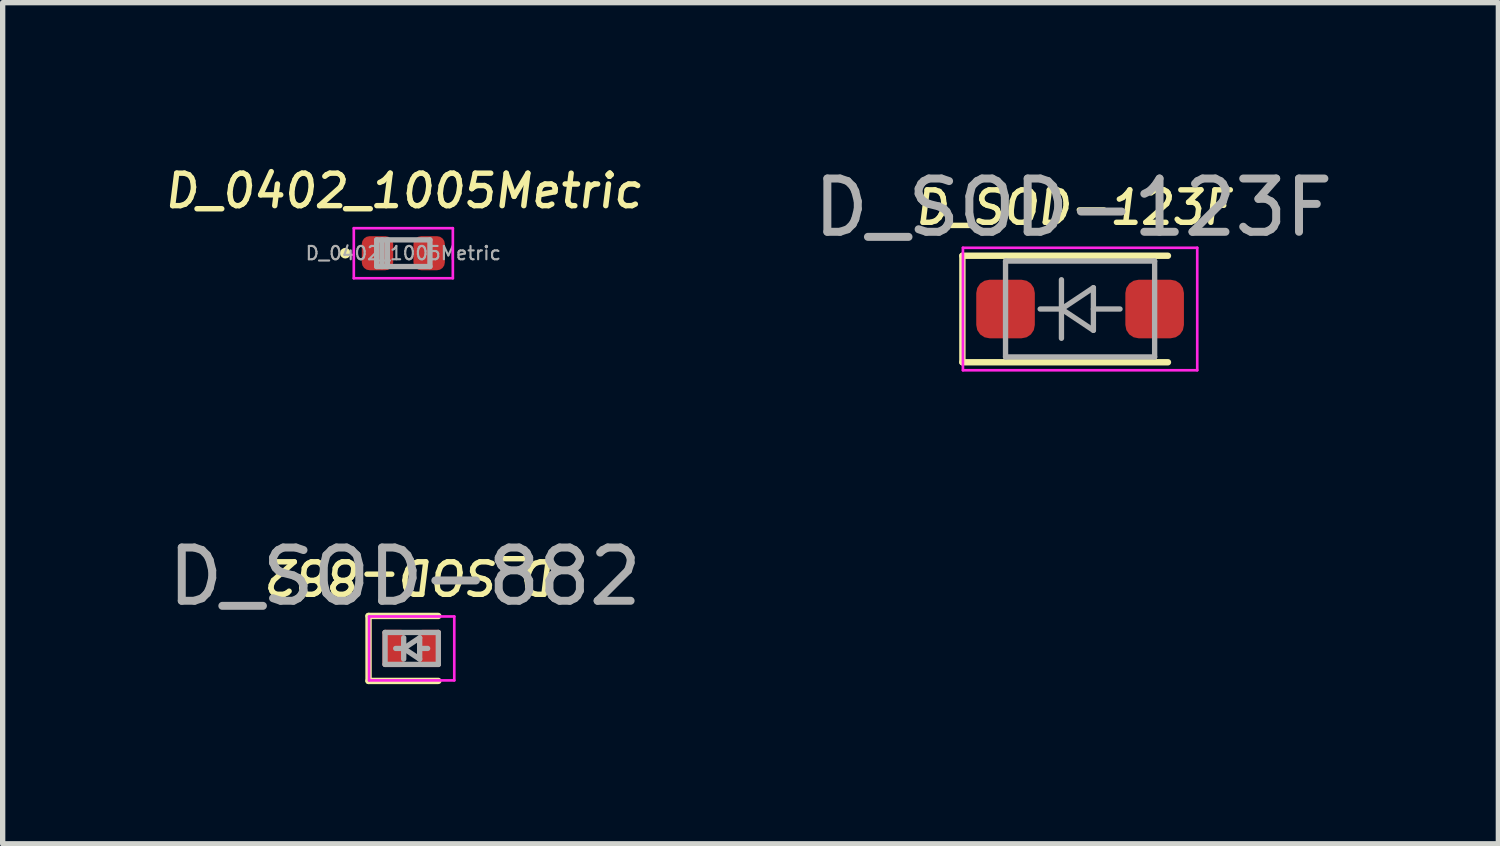
<source format=kicad_pcb>
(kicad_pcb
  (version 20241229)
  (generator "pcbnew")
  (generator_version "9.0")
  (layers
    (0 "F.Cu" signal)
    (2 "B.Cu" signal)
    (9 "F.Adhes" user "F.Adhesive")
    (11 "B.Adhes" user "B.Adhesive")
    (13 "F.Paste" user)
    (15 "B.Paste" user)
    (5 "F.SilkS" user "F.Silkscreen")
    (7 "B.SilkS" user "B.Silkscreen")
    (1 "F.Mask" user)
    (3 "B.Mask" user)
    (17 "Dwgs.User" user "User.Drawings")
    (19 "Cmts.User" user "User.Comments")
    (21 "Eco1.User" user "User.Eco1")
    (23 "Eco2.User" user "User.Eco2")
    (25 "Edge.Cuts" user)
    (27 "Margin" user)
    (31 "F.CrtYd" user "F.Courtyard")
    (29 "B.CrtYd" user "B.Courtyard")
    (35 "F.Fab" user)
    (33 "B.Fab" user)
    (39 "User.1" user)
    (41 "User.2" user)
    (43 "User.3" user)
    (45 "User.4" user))
  (footprint "D_SOD-123F"
    (layer "F.Cu")
    (at 17.233 2.753)
    (property "Reference" "D_SOD-123F" (at -0.127 -1.905 0) (unlocked yes) (layer "F.SilkS") (effects (font (size 0.61 0.61) (thickness 0.102) (italic yes))))
    (attr smd)
    (fp_line (start -2.21 -1) (end -2.21 1) (stroke (width 0.12) (type solid)) (layer "F.SilkS"))
    (fp_line (start -2.21 -1) (end 1.65 -1) (stroke (width 0.12) (type solid)) (layer "F.SilkS"))
    (fp_line (start -2.21 1) (end 1.65 1) (stroke (width 0.12) (type solid)) (layer "F.SilkS"))
    (fp_line (start -2.2 -1.15) (end -2.2 1.15) (stroke (width 0.05) (type solid)) (layer "F.CrtYd"))
    (fp_line (start -2.2 -1.15) (end 2.2 -1.15) (stroke (width 0.05) (type solid)) (layer "F.CrtYd"))
    (fp_line (start 2.2 -1.15) (end 2.2 1.15) (stroke (width 0.05) (type solid)) (layer "F.CrtYd"))
    (fp_line (start 2.2 1.15) (end -2.2 1.15) (stroke (width 0.05) (type solid)) (layer "F.CrtYd"))
    (fp_line (start -1.4 -0.9) (end 1.4 -0.9) (stroke (width 0.1) (type solid)) (layer "F.Fab"))
    (fp_line (start -1.4 0.9) (end -1.4 -0.9) (stroke (width 0.1) (type solid)) (layer "F.Fab"))
    (fp_line (start -0.75 0) (end -0.35 0) (stroke (width 0.1) (type solid)) (layer "F.Fab"))
    (fp_line (start -0.35 0) (end -0.35 -0.55) (stroke (width 0.1) (type solid)) (layer "F.Fab"))
    (fp_line (start -0.35 0) (end -0.35 0.55) (stroke (width 0.1) (type solid)) (layer "F.Fab"))
    (fp_line (start -0.35 0) (end 0.25 -0.4) (stroke (width 0.1) (type solid)) (layer "F.Fab"))
    (fp_line (start 0.25 -0.4) (end 0.25 0.4) (stroke (width 0.1) (type solid)) (layer "F.Fab"))
    (fp_line (start 0.25 0) (end 0.75 0) (stroke (width 0.1) (type solid)) (layer "F.Fab"))
    (fp_line (start 0.25 0.4) (end -0.35 0) (stroke (width 0.1) (type solid)) (layer "F.Fab"))
    (fp_line (start 1.4 -0.9) (end 1.4 0.9) (stroke (width 0.1) (type solid)) (layer "F.Fab"))
    (fp_line (start 1.4 0.9) (end -1.4 0.9) (stroke (width 0.1) (type solid)) (layer "F.Fab"))
    (fp_text user "${REFERENCE}" (at -0.127 -1.905 0) (layer "F.Fab") (effects (font (size 1 1) (thickness 0.15))))
    (pad "1" smd roundrect (at -1.4 0) (size 1.1 1.1) (layers "F.Cu" "F.Mask" "F.Paste") (roundrect_rratio 0.227))
    (pad "2" smd roundrect (at 1.4 0) (size 1.1 1.1) (layers "F.Cu" "F.Mask" "F.Paste") (roundrect_rratio 0.227)))
  (footprint "D_SOD-882"
    (layer "F.Cu")
    (at 4.681 9.127)
    (property "Reference" "D_SOD-882" (at 0 -1.35 180) (unlocked yes) (layer "F.SilkS") (effects (font (size 0.61 0.61) (thickness 0.102) (italic yes))))
    (attr smd)
    (fp_line (start -0.81 -0.61) (end -0.81 0.61) (stroke (width 0.12) (type solid)) (layer "F.SilkS"))
    (fp_line (start -0.81 -0.61) (end 0.5 -0.61) (stroke (width 0.12) (type solid)) (layer "F.SilkS"))
    (fp_line (start -0.81 0.61) (end 0.5 0.61) (stroke (width 0.12) (type solid)) (layer "F.SilkS"))
    (fp_line (start -0.8 -0.6) (end -0.8 0.6) (stroke (width 0.05) (type solid)) (layer "F.CrtYd"))
    (fp_line (start -0.8 -0.6) (end 0.8 -0.6) (stroke (width 0.05) (type solid)) (layer "F.CrtYd"))
    (fp_line (start 0.8 -0.6) (end 0.8 0.6) (stroke (width 0.05) (type solid)) (layer "F.CrtYd"))
    (fp_line (start 0.8 0.6) (end -0.8 0.6) (stroke (width 0.05) (type solid)) (layer "F.CrtYd"))
    (fp_line (start -0.5 -0.3) (end 0.5 -0.3) (stroke (width 0.1) (type solid)) (layer "F.Fab"))
    (fp_line (start -0.5 0.3) (end -0.5 -0.3) (stroke (width 0.1) (type solid)) (layer "F.Fab"))
    (fp_line (start -0.15 0) (end -0.3 0) (stroke (width 0.1) (type solid)) (layer "F.Fab"))
    (fp_line (start -0.15 0) (end 0.15 0.2) (stroke (width 0.1) (type solid)) (layer "F.Fab"))
    (fp_line (start -0.15 0.2) (end -0.15 -0.2) (stroke (width 0.1) (type solid)) (layer "F.Fab"))
    (fp_line (start 0.15 -0.2) (end -0.15 0) (stroke (width 0.1) (type solid)) (layer "F.Fab"))
    (fp_line (start 0.15 0) (end 0.3 0) (stroke (width 0.1) (type solid)) (layer "F.Fab"))
    (fp_line (start 0.15 0.2) (end 0.15 -0.2) (stroke (width 0.1) (type solid)) (layer "F.Fab"))
    (fp_line (start 0.5 -0.3) (end 0.5 0.3) (stroke (width 0.1) (type solid)) (layer "F.Fab"))
    (fp_line (start 0.5 0.3) (end -0.5 0.3) (stroke (width 0.1) (type solid)) (layer "F.Fab"))
    (fp_text user "${REFERENCE}" (at -0.127 -1.35 0) (layer "F.Fab") (effects (font (size 1 1) (thickness 0.15))))
    (pad "" smd roundrect (at -0.35 0 180) (size 0.3 0.6) (layers "F.Paste") (roundrect_rratio 0.167))
    (pad "" smd roundrect (at 0.35 0 180) (size 0.3 0.6) (layers "F.Paste") (roundrect_rratio 0.167))
    (pad "1" smd roundrect (at -0.35 0 180) (size 0.4 0.7) (layers "F.Cu" "F.Mask") (roundrect_rratio 0.125))
    (pad "2" smd roundrect (at 0.35 0 180) (size 0.4 0.7) (layers "F.Cu" "F.Mask") (roundrect_rratio 0.125)))
  (footprint "D_0402_1005Metric"
    (layer "F.Cu")
    (at 4.524 1.705)
    (property "Reference" "D_0402_1005Metric" (at 0 -1.17 0) (unlocked yes) (layer "F.SilkS") (effects (font (size 0.61 0.61) (thickness 0.102) (italic yes))))
    (attr smd)
    (fp_circle (center -1.09 0) (end -1.04 0) (stroke (width 0.1) (type solid)) (fill no) (layer "F.SilkS"))
    (fp_line (start -0.93 -0.47) (end 0.93 -0.47) (stroke (width 0.05) (type solid)) (layer "F.CrtYd"))
    (fp_line (start -0.93 0.47) (end -0.93 -0.47) (stroke (width 0.05) (type solid)) (layer "F.CrtYd"))
    (fp_line (start 0.93 -0.47) (end 0.93 0.47) (stroke (width 0.05) (type solid)) (layer "F.CrtYd"))
    (fp_line (start 0.93 0.47) (end -0.93 0.47) (stroke (width 0.05) (type solid)) (layer "F.CrtYd"))
    (fp_line (start -0.5 -0.25) (end 0.5 -0.25) (stroke (width 0.1) (type solid)) (layer "F.Fab"))
    (fp_line (start -0.5 0.25) (end -0.5 -0.25) (stroke (width 0.1) (type solid)) (layer "F.Fab"))
    (fp_line (start -0.4 0.25) (end -0.4 -0.25) (stroke (width 0.1) (type solid)) (layer "F.Fab"))
    (fp_line (start -0.3 0.25) (end -0.3 -0.25) (stroke (width 0.1) (type solid)) (layer "F.Fab"))
    (fp_line (start 0.5 -0.25) (end 0.5 0.25) (stroke (width 0.1) (type solid)) (layer "F.Fab"))
    (fp_line (start 0.5 0.25) (end -0.5 0.25) (stroke (width 0.1) (type solid)) (layer "F.Fab"))
    (fp_text user "${REFERENCE}" (at 0 0 0) (layer "F.Fab") (effects (font (size 0.25 0.25) (thickness 0.04))))
    (pad "1" smd roundrect (at -0.485 0) (size 0.59 0.64) (layers "F.Cu" "F.Mask" "F.Paste") (roundrect_rratio 0.25))
    (pad "2" smd roundrect (at 0.485 0) (size 0.59 0.64) (layers "F.Cu" "F.Mask" "F.Paste") (roundrect_rratio 0.25)))
  (gr_rect
    (start -3 -3)
    (end 25.088 12.796)
    (stroke (width 0.1) (type default))
    (fill no)
    (layer "Edge.Cuts")))
</source>
